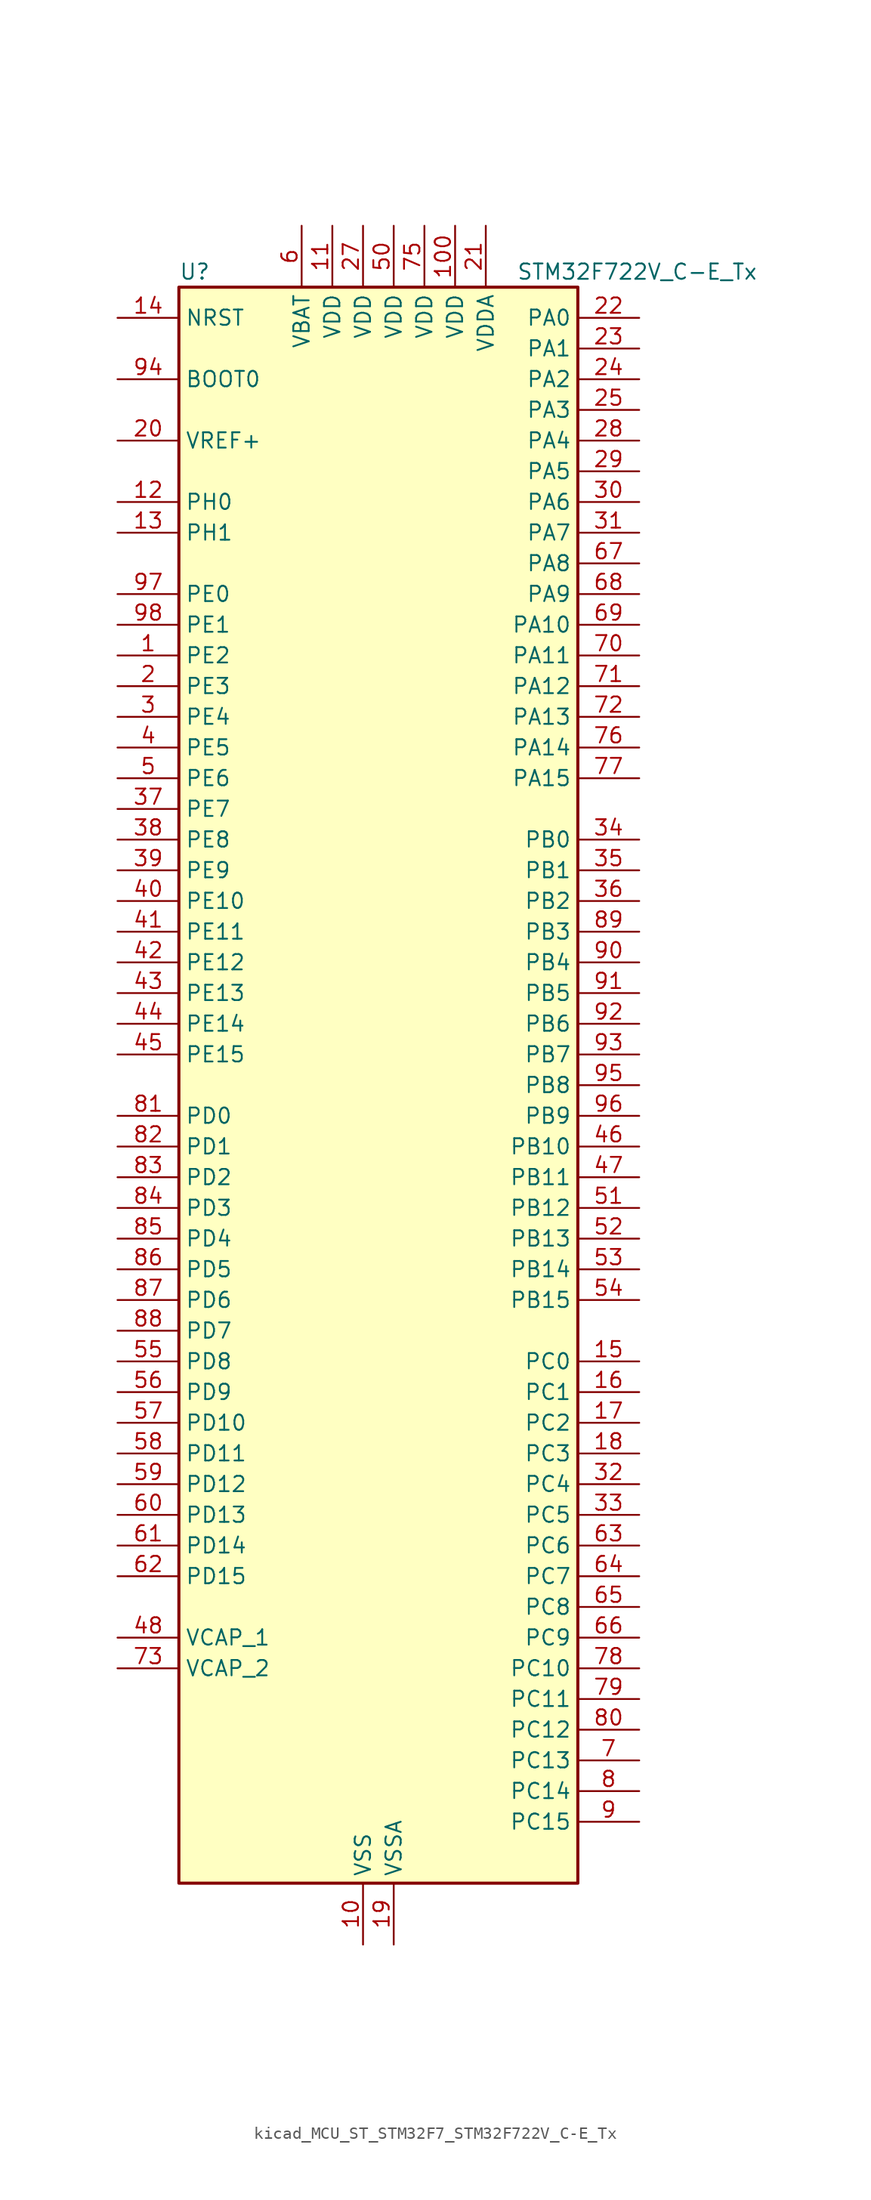
<source format=kicad_sym>
(kicad_symbol_lib
  (version 20220914)
  (generator kicad_symbol_editor)
  (symbol "kicad_MCU_ST_STM32F7_STM32F722V_C-E_Tx"
    (property "Reference" "U"
      (at -15.24 67.31 0)
      (effects (font (size 1.27 1.27)) (justify left)))
    (property "Value" "STM32F722V_C-E_Tx"
      (at 12.7 67.31 0)
      (effects (font (size 1.27 1.27)) (justify left)))
    (property "ki_locked" ""
      (at 0 0 0)
      (effects (font (size 1.27 1.27))))
    (symbol "kicad_MCU_ST_STM32F7_STM32F722V_C-E_Tx_0_1"
      (rectangle (start -15.24 -66.04) (end 17.78 66.04) (stroke (width 0.254) (type default)) (fill (type background))))
    (symbol "kicad_MCU_ST_STM32F7_STM32F722V_C-E_Tx_1_1"
      (pin bidirectional line (at -20.32 35.56 0) (length 5.08) (name "PE2" (effects (font (size 1.27 1.27)))) (number "1" (effects (font (size 1.27 1.27)))) (alternate "FMC_A23" bidirectional line) (alternate "QUADSPI_BK1_IO2" bidirectional line) (alternate "SAI1_MCLK_A" bidirectional line) (alternate "SPI4_SCK" bidirectional line) (alternate "SYS_TRACECLK" bidirectional line))
      (pin power_in line (at 0 -71.12 90) (length 5.08) (name "VSS" (effects (font (size 1.27 1.27)))) (number "10" (effects (font (size 1.27 1.27)))))
      (pin power_in line (at 7.62 71.12 270) (length 5.08) (name "VDD" (effects (font (size 1.27 1.27)))) (number "100" (effects (font (size 1.27 1.27)))))
      (pin power_in line (at -2.54 71.12 270) (length 5.08) (name "VDD" (effects (font (size 1.27 1.27)))) (number "11" (effects (font (size 1.27 1.27)))))
      (pin bidirectional line (at -20.32 48.26 0) (length 5.08) (name "PH0" (effects (font (size 1.27 1.27)))) (number "12" (effects (font (size 1.27 1.27)))) (alternate "RCC_OSC_IN" bidirectional line))
      (pin bidirectional line (at -20.32 45.72 0) (length 5.08) (name "PH1" (effects (font (size 1.27 1.27)))) (number "13" (effects (font (size 1.27 1.27)))) (alternate "RCC_OSC_OUT" bidirectional line))
      (pin input line (at -20.32 63.5 0) (length 5.08) (name "NRST" (effects (font (size 1.27 1.27)))) (number "14" (effects (font (size 1.27 1.27)))))
      (pin bidirectional line (at 22.86 -22.86 180) (length 5.08) (name "PC0" (effects (font (size 1.27 1.27)))) (number "15" (effects (font (size 1.27 1.27)))) (alternate "ADC1_IN10" bidirectional line) (alternate "ADC2_IN10" bidirectional line) (alternate "ADC3_IN10" bidirectional line) (alternate "FMC_SDNWE" bidirectional line) (alternate "SAI2_FS_B" bidirectional line) (alternate "USB_OTG_HS_ULPI_STP" bidirectional line))
      (pin bidirectional line (at 22.86 -25.4 180) (length 5.08) (name "PC1" (effects (font (size 1.27 1.27)))) (number "16" (effects (font (size 1.27 1.27)))) (alternate "ADC1_IN11" bidirectional line) (alternate "ADC2_IN11" bidirectional line) (alternate "ADC3_IN11" bidirectional line) (alternate "I2S2_SD" bidirectional line) (alternate "RTC_TAMP3" bidirectional line) (alternate "RTC_TS" bidirectional line) (alternate "SAI1_SD_A" bidirectional line) (alternate "SPI2_MOSI" bidirectional line) (alternate "SYS_TRACED0" bidirectional line) (alternate "SYS_WKUP3" bidirectional line))
      (pin bidirectional line (at 22.86 -27.94 180) (length 5.08) (name "PC2" (effects (font (size 1.27 1.27)))) (number "17" (effects (font (size 1.27 1.27)))) (alternate "ADC1_IN12" bidirectional line) (alternate "ADC2_IN12" bidirectional line) (alternate "ADC3_IN12" bidirectional line) (alternate "FMC_SDNE0" bidirectional line) (alternate "SPI2_MISO" bidirectional line) (alternate "USB_OTG_HS_ULPI_DIR" bidirectional line))
      (pin bidirectional line (at 22.86 -30.48 180) (length 5.08) (name "PC3" (effects (font (size 1.27 1.27)))) (number "18" (effects (font (size 1.27 1.27)))) (alternate "ADC1_IN13" bidirectional line) (alternate "ADC2_IN13" bidirectional line) (alternate "ADC3_IN13" bidirectional line) (alternate "FMC_SDCKE0" bidirectional line) (alternate "I2S2_SD" bidirectional line) (alternate "SPI2_MOSI" bidirectional line) (alternate "USB_OTG_HS_ULPI_NXT" bidirectional line))
      (pin power_in line (at 2.54 -71.12 90) (length 5.08) (name "VSSA" (effects (font (size 1.27 1.27)))) (number "19" (effects (font (size 1.27 1.27)))))
      (pin bidirectional line (at -20.32 33.02 0) (length 5.08) (name "PE3" (effects (font (size 1.27 1.27)))) (number "2" (effects (font (size 1.27 1.27)))) (alternate "FMC_A19" bidirectional line) (alternate "SAI1_SD_B" bidirectional line) (alternate "SYS_TRACED0" bidirectional line))
      (pin input line (at -20.32 53.34 0) (length 5.08) (name "VREF+" (effects (font (size 1.27 1.27)))) (number "20" (effects (font (size 1.27 1.27)))))
      (pin power_in line (at 10.16 71.12 270) (length 5.08) (name "VDDA" (effects (font (size 1.27 1.27)))) (number "21" (effects (font (size 1.27 1.27)))))
      (pin bidirectional line (at 22.86 63.5 180) (length 5.08) (name "PA0" (effects (font (size 1.27 1.27)))) (number "22" (effects (font (size 1.27 1.27)))) (alternate "ADC1_IN0" bidirectional line) (alternate "ADC2_IN0" bidirectional line) (alternate "ADC3_IN0" bidirectional line) (alternate "SAI2_SD_B" bidirectional line) (alternate "SYS_WKUP1" bidirectional line) (alternate "TIM2_CH1" bidirectional line) (alternate "TIM2_ETR" bidirectional line) (alternate "TIM5_CH1" bidirectional line) (alternate "TIM8_ETR" bidirectional line) (alternate "UART4_TX" bidirectional line) (alternate "USART2_CTS" bidirectional line))
      (pin bidirectional line (at 22.86 60.96 180) (length 5.08) (name "PA1" (effects (font (size 1.27 1.27)))) (number "23" (effects (font (size 1.27 1.27)))) (alternate "ADC1_IN1" bidirectional line) (alternate "ADC2_IN1" bidirectional line) (alternate "ADC3_IN1" bidirectional line) (alternate "QUADSPI_BK1_IO3" bidirectional line) (alternate "SAI2_MCLK_B" bidirectional line) (alternate "TIM2_CH2" bidirectional line) (alternate "TIM5_CH2" bidirectional line) (alternate "UART4_RX" bidirectional line) (alternate "USART2_DE" bidirectional line) (alternate "USART2_RTS" bidirectional line))
      (pin bidirectional line (at 22.86 58.42 180) (length 5.08) (name "PA2" (effects (font (size 1.27 1.27)))) (number "24" (effects (font (size 1.27 1.27)))) (alternate "ADC1_IN2" bidirectional line) (alternate "ADC2_IN2" bidirectional line) (alternate "ADC3_IN2" bidirectional line) (alternate "SAI2_SCK_B" bidirectional line) (alternate "SYS_WKUP2" bidirectional line) (alternate "TIM2_CH3" bidirectional line) (alternate "TIM5_CH3" bidirectional line) (alternate "TIM9_CH1" bidirectional line) (alternate "USART2_TX" bidirectional line))
      (pin bidirectional line (at 22.86 55.88 180) (length 5.08) (name "PA3" (effects (font (size 1.27 1.27)))) (number "25" (effects (font (size 1.27 1.27)))) (alternate "ADC1_IN3" bidirectional line) (alternate "ADC2_IN3" bidirectional line) (alternate "ADC3_IN3" bidirectional line) (alternate "TIM2_CH4" bidirectional line) (alternate "TIM5_CH4" bidirectional line) (alternate "TIM9_CH2" bidirectional line) (alternate "USART2_RX" bidirectional line) (alternate "USB_OTG_HS_ULPI_D0" bidirectional line))
      (pin passive line (at 0 -71.12 90) (length 5.08) hide (name "VSS" (effects (font (size 1.27 1.27)))) (number "26" (effects (font (size 1.27 1.27)))))
      (pin power_in line (at 0 71.12 270) (length 5.08) (name "VDD" (effects (font (size 1.27 1.27)))) (number "27" (effects (font (size 1.27 1.27)))))
      (pin bidirectional line (at 22.86 53.34 180) (length 5.08) (name "PA4" (effects (font (size 1.27 1.27)))) (number "28" (effects (font (size 1.27 1.27)))) (alternate "ADC1_IN4" bidirectional line) (alternate "ADC2_IN4" bidirectional line) (alternate "DAC_OUT1" bidirectional line) (alternate "I2S1_WS" bidirectional line) (alternate "I2S3_WS" bidirectional line) (alternate "SPI1_NSS" bidirectional line) (alternate "SPI3_NSS" bidirectional line) (alternate "USART2_CK" bidirectional line) (alternate "USB_OTG_HS_SOF" bidirectional line))
      (pin bidirectional line (at 22.86 50.8 180) (length 5.08) (name "PA5" (effects (font (size 1.27 1.27)))) (number "29" (effects (font (size 1.27 1.27)))) (alternate "ADC1_IN5" bidirectional line) (alternate "ADC2_IN5" bidirectional line) (alternate "DAC_OUT2" bidirectional line) (alternate "I2S1_CK" bidirectional line) (alternate "SPI1_SCK" bidirectional line) (alternate "TIM2_CH1" bidirectional line) (alternate "TIM2_ETR" bidirectional line) (alternate "TIM8_CH1N" bidirectional line) (alternate "USB_OTG_HS_ULPI_CK" bidirectional line))
      (pin bidirectional line (at -20.32 30.48 0) (length 5.08) (name "PE4" (effects (font (size 1.27 1.27)))) (number "3" (effects (font (size 1.27 1.27)))) (alternate "FMC_A20" bidirectional line) (alternate "SAI1_FS_A" bidirectional line) (alternate "SPI4_NSS" bidirectional line) (alternate "SYS_TRACED1" bidirectional line))
      (pin bidirectional line (at 22.86 48.26 180) (length 5.08) (name "PA6" (effects (font (size 1.27 1.27)))) (number "30" (effects (font (size 1.27 1.27)))) (alternate "ADC1_IN6" bidirectional line) (alternate "ADC2_IN6" bidirectional line) (alternate "SPI1_MISO" bidirectional line) (alternate "TIM13_CH1" bidirectional line) (alternate "TIM1_BKIN" bidirectional line) (alternate "TIM3_CH1" bidirectional line) (alternate "TIM8_BKIN" bidirectional line))
      (pin bidirectional line (at 22.86 45.72 180) (length 5.08) (name "PA7" (effects (font (size 1.27 1.27)))) (number "31" (effects (font (size 1.27 1.27)))) (alternate "ADC1_IN7" bidirectional line) (alternate "ADC2_IN7" bidirectional line) (alternate "FMC_SDNWE" bidirectional line) (alternate "I2S1_SD" bidirectional line) (alternate "SPI1_MOSI" bidirectional line) (alternate "TIM14_CH1" bidirectional line) (alternate "TIM1_CH1N" bidirectional line) (alternate "TIM3_CH2" bidirectional line) (alternate "TIM8_CH1N" bidirectional line))
      (pin bidirectional line (at 22.86 -33.02 180) (length 5.08) (name "PC4" (effects (font (size 1.27 1.27)))) (number "32" (effects (font (size 1.27 1.27)))) (alternate "ADC1_IN14" bidirectional line) (alternate "ADC2_IN14" bidirectional line) (alternate "FMC_SDNE0" bidirectional line) (alternate "I2S1_MCK" bidirectional line))
      (pin bidirectional line (at 22.86 -35.56 180) (length 5.08) (name "PC5" (effects (font (size 1.27 1.27)))) (number "33" (effects (font (size 1.27 1.27)))) (alternate "ADC1_IN15" bidirectional line) (alternate "ADC2_IN15" bidirectional line) (alternate "FMC_SDCKE0" bidirectional line))
      (pin bidirectional line (at 22.86 20.32 180) (length 5.08) (name "PB0" (effects (font (size 1.27 1.27)))) (number "34" (effects (font (size 1.27 1.27)))) (alternate "ADC1_IN8" bidirectional line) (alternate "ADC2_IN8" bidirectional line) (alternate "TIM1_CH2N" bidirectional line) (alternate "TIM3_CH3" bidirectional line) (alternate "TIM8_CH2N" bidirectional line) (alternate "UART4_CTS" bidirectional line) (alternate "USB_OTG_HS_ULPI_D1" bidirectional line))
      (pin bidirectional line (at 22.86 17.78 180) (length 5.08) (name "PB1" (effects (font (size 1.27 1.27)))) (number "35" (effects (font (size 1.27 1.27)))) (alternate "ADC1_IN9" bidirectional line) (alternate "ADC2_IN9" bidirectional line) (alternate "TIM1_CH3N" bidirectional line) (alternate "TIM3_CH4" bidirectional line) (alternate "TIM8_CH3N" bidirectional line) (alternate "USB_OTG_HS_ULPI_D2" bidirectional line))
      (pin bidirectional line (at 22.86 15.24 180) (length 5.08) (name "PB2" (effects (font (size 1.27 1.27)))) (number "36" (effects (font (size 1.27 1.27)))) (alternate "I2S3_SD" bidirectional line) (alternate "QUADSPI_CLK" bidirectional line) (alternate "SAI1_SD_A" bidirectional line) (alternate "SPI3_MOSI" bidirectional line))
      (pin bidirectional line (at -20.32 22.86 0) (length 5.08) (name "PE7" (effects (font (size 1.27 1.27)))) (number "37" (effects (font (size 1.27 1.27)))) (alternate "FMC_D4" bidirectional line) (alternate "FMC_DA4" bidirectional line) (alternate "QUADSPI_BK2_IO0" bidirectional line) (alternate "TIM1_ETR" bidirectional line) (alternate "UART7_RX" bidirectional line))
      (pin bidirectional line (at -20.32 20.32 0) (length 5.08) (name "PE8" (effects (font (size 1.27 1.27)))) (number "38" (effects (font (size 1.27 1.27)))) (alternate "FMC_D5" bidirectional line) (alternate "FMC_DA5" bidirectional line) (alternate "QUADSPI_BK2_IO1" bidirectional line) (alternate "TIM1_CH1N" bidirectional line) (alternate "UART7_TX" bidirectional line))
      (pin bidirectional line (at -20.32 17.78 0) (length 5.08) (name "PE9" (effects (font (size 1.27 1.27)))) (number "39" (effects (font (size 1.27 1.27)))) (alternate "DAC_EXTI9" bidirectional line) (alternate "FMC_D6" bidirectional line) (alternate "FMC_DA6" bidirectional line) (alternate "QUADSPI_BK2_IO2" bidirectional line) (alternate "TIM1_CH1" bidirectional line) (alternate "UART7_DE" bidirectional line) (alternate "UART7_RTS" bidirectional line))
      (pin bidirectional line (at -20.32 27.94 0) (length 5.08) (name "PE5" (effects (font (size 1.27 1.27)))) (number "4" (effects (font (size 1.27 1.27)))) (alternate "FMC_A21" bidirectional line) (alternate "SAI1_SCK_A" bidirectional line) (alternate "SPI4_MISO" bidirectional line) (alternate "SYS_TRACED2" bidirectional line) (alternate "TIM9_CH1" bidirectional line))
      (pin bidirectional line (at -20.32 15.24 0) (length 5.08) (name "PE10" (effects (font (size 1.27 1.27)))) (number "40" (effects (font (size 1.27 1.27)))) (alternate "FMC_D7" bidirectional line) (alternate "FMC_DA7" bidirectional line) (alternate "QUADSPI_BK2_IO3" bidirectional line) (alternate "TIM1_CH2N" bidirectional line) (alternate "UART7_CTS" bidirectional line))
      (pin bidirectional line (at -20.32 12.7 0) (length 5.08) (name "PE11" (effects (font (size 1.27 1.27)))) (number "41" (effects (font (size 1.27 1.27)))) (alternate "ADC1_EXTI11" bidirectional line) (alternate "ADC2_EXTI11" bidirectional line) (alternate "ADC3_EXTI11" bidirectional line) (alternate "FMC_D8" bidirectional line) (alternate "FMC_DA8" bidirectional line) (alternate "SAI2_SD_B" bidirectional line) (alternate "SPI4_NSS" bidirectional line) (alternate "TIM1_CH2" bidirectional line))
      (pin bidirectional line (at -20.32 10.16 0) (length 5.08) (name "PE12" (effects (font (size 1.27 1.27)))) (number "42" (effects (font (size 1.27 1.27)))) (alternate "FMC_D9" bidirectional line) (alternate "FMC_DA9" bidirectional line) (alternate "SAI2_SCK_B" bidirectional line) (alternate "SPI4_SCK" bidirectional line) (alternate "TIM1_CH3N" bidirectional line))
      (pin bidirectional line (at -20.32 7.62 0) (length 5.08) (name "PE13" (effects (font (size 1.27 1.27)))) (number "43" (effects (font (size 1.27 1.27)))) (alternate "FMC_D10" bidirectional line) (alternate "FMC_DA10" bidirectional line) (alternate "SAI2_FS_B" bidirectional line) (alternate "SPI4_MISO" bidirectional line) (alternate "TIM1_CH3" bidirectional line))
      (pin bidirectional line (at -20.32 5.08 0) (length 5.08) (name "PE14" (effects (font (size 1.27 1.27)))) (number "44" (effects (font (size 1.27 1.27)))) (alternate "FMC_D11" bidirectional line) (alternate "FMC_DA11" bidirectional line) (alternate "SAI2_MCLK_B" bidirectional line) (alternate "SPI4_MOSI" bidirectional line) (alternate "TIM1_CH4" bidirectional line))
      (pin bidirectional line (at -20.32 2.54 0) (length 5.08) (name "PE15" (effects (font (size 1.27 1.27)))) (number "45" (effects (font (size 1.27 1.27)))) (alternate "FMC_D12" bidirectional line) (alternate "FMC_DA12" bidirectional line) (alternate "TIM1_BKIN" bidirectional line))
      (pin bidirectional line (at 22.86 -5.08 180) (length 5.08) (name "PB10" (effects (font (size 1.27 1.27)))) (number "46" (effects (font (size 1.27 1.27)))) (alternate "I2C2_SCL" bidirectional line) (alternate "I2S2_CK" bidirectional line) (alternate "SPI2_SCK" bidirectional line) (alternate "TIM2_CH3" bidirectional line) (alternate "USART3_TX" bidirectional line) (alternate "USB_OTG_HS_ULPI_D3" bidirectional line))
      (pin bidirectional line (at 22.86 -7.62 180) (length 5.08) (name "PB11" (effects (font (size 1.27 1.27)))) (number "47" (effects (font (size 1.27 1.27)))) (alternate "ADC1_EXTI11" bidirectional line) (alternate "ADC2_EXTI11" bidirectional line) (alternate "ADC3_EXTI11" bidirectional line) (alternate "I2C2_SDA" bidirectional line) (alternate "TIM2_CH4" bidirectional line) (alternate "USART3_RX" bidirectional line) (alternate "USB_OTG_HS_ULPI_D4" bidirectional line))
      (pin power_out line (at -20.32 -45.72 0) (length 5.08) (name "VCAP_1" (effects (font (size 1.27 1.27)))) (number "48" (effects (font (size 1.27 1.27)))))
      (pin passive line (at 0 -71.12 90) (length 5.08) hide (name "VSS" (effects (font (size 1.27 1.27)))) (number "49" (effects (font (size 1.27 1.27)))))
      (pin bidirectional line (at -20.32 25.4 0) (length 5.08) (name "PE6" (effects (font (size 1.27 1.27)))) (number "5" (effects (font (size 1.27 1.27)))) (alternate "FMC_A22" bidirectional line) (alternate "SAI1_SD_A" bidirectional line) (alternate "SAI2_MCLK_B" bidirectional line) (alternate "SPI4_MOSI" bidirectional line) (alternate "SYS_TRACED3" bidirectional line) (alternate "TIM1_BKIN2" bidirectional line) (alternate "TIM9_CH2" bidirectional line))
      (pin power_in line (at 2.54 71.12 270) (length 5.08) (name "VDD" (effects (font (size 1.27 1.27)))) (number "50" (effects (font (size 1.27 1.27)))))
      (pin bidirectional line (at 22.86 -10.16 180) (length 5.08) (name "PB12" (effects (font (size 1.27 1.27)))) (number "51" (effects (font (size 1.27 1.27)))) (alternate "I2C2_SMBA" bidirectional line) (alternate "I2S2_WS" bidirectional line) (alternate "SPI2_NSS" bidirectional line) (alternate "TIM1_BKIN" bidirectional line) (alternate "USART3_CK" bidirectional line) (alternate "USB_OTG_HS_ID" bidirectional line) (alternate "USB_OTG_HS_ULPI_D5" bidirectional line))
      (pin bidirectional line (at 22.86 -12.7 180) (length 5.08) (name "PB13" (effects (font (size 1.27 1.27)))) (number "52" (effects (font (size 1.27 1.27)))) (alternate "I2S2_CK" bidirectional line) (alternate "SPI2_SCK" bidirectional line) (alternate "TIM1_CH1N" bidirectional line) (alternate "USART3_CTS" bidirectional line) (alternate "USB_OTG_HS_ULPI_D6" bidirectional line) (alternate "USB_OTG_HS_VBUS" bidirectional line))
      (pin bidirectional line (at 22.86 -15.24 180) (length 5.08) (name "PB14" (effects (font (size 1.27 1.27)))) (number "53" (effects (font (size 1.27 1.27)))) (alternate "SDMMC2_D0" bidirectional line) (alternate "SPI2_MISO" bidirectional line) (alternate "TIM12_CH1" bidirectional line) (alternate "TIM1_CH2N" bidirectional line) (alternate "TIM8_CH2N" bidirectional line) (alternate "USART3_DE" bidirectional line) (alternate "USART3_RTS" bidirectional line) (alternate "USB_OTG_HS_DM" bidirectional line))
      (pin bidirectional line (at 22.86 -17.78 180) (length 5.08) (name "PB15" (effects (font (size 1.27 1.27)))) (number "54" (effects (font (size 1.27 1.27)))) (alternate "I2S2_SD" bidirectional line) (alternate "RTC_REFIN" bidirectional line) (alternate "SDMMC2_D1" bidirectional line) (alternate "SPI2_MOSI" bidirectional line) (alternate "TIM12_CH2" bidirectional line) (alternate "TIM1_CH3N" bidirectional line) (alternate "TIM8_CH3N" bidirectional line) (alternate "USB_OTG_HS_DP" bidirectional line))
      (pin bidirectional line (at -20.32 -22.86 0) (length 5.08) (name "PD8" (effects (font (size 1.27 1.27)))) (number "55" (effects (font (size 1.27 1.27)))) (alternate "FMC_D13" bidirectional line) (alternate "FMC_DA13" bidirectional line) (alternate "USART3_TX" bidirectional line))
      (pin bidirectional line (at -20.32 -25.4 0) (length 5.08) (name "PD9" (effects (font (size 1.27 1.27)))) (number "56" (effects (font (size 1.27 1.27)))) (alternate "DAC_EXTI9" bidirectional line) (alternate "FMC_D14" bidirectional line) (alternate "FMC_DA14" bidirectional line) (alternate "USART3_RX" bidirectional line))
      (pin bidirectional line (at -20.32 -27.94 0) (length 5.08) (name "PD10" (effects (font (size 1.27 1.27)))) (number "57" (effects (font (size 1.27 1.27)))) (alternate "FMC_D15" bidirectional line) (alternate "FMC_DA15" bidirectional line) (alternate "USART3_CK" bidirectional line))
      (pin bidirectional line (at -20.32 -30.48 0) (length 5.08) (name "PD11" (effects (font (size 1.27 1.27)))) (number "58" (effects (font (size 1.27 1.27)))) (alternate "ADC1_EXTI11" bidirectional line) (alternate "ADC2_EXTI11" bidirectional line) (alternate "ADC3_EXTI11" bidirectional line) (alternate "FMC_A16" bidirectional line) (alternate "FMC_CLE" bidirectional line) (alternate "QUADSPI_BK1_IO0" bidirectional line) (alternate "SAI2_SD_A" bidirectional line) (alternate "USART3_CTS" bidirectional line))
      (pin bidirectional line (at -20.32 -33.02 0) (length 5.08) (name "PD12" (effects (font (size 1.27 1.27)))) (number "59" (effects (font (size 1.27 1.27)))) (alternate "FMC_A17" bidirectional line) (alternate "FMC_ALE" bidirectional line) (alternate "LPTIM1_IN1" bidirectional line) (alternate "QUADSPI_BK1_IO1" bidirectional line) (alternate "SAI2_FS_A" bidirectional line) (alternate "TIM4_CH1" bidirectional line) (alternate "USART3_DE" bidirectional line) (alternate "USART3_RTS" bidirectional line))
      (pin power_in line (at -5.08 71.12 270) (length 5.08) (name "VBAT" (effects (font (size 1.27 1.27)))) (number "6" (effects (font (size 1.27 1.27)))))
      (pin bidirectional line (at -20.32 -35.56 0) (length 5.08) (name "PD13" (effects (font (size 1.27 1.27)))) (number "60" (effects (font (size 1.27 1.27)))) (alternate "FMC_A18" bidirectional line) (alternate "LPTIM1_OUT" bidirectional line) (alternate "QUADSPI_BK1_IO3" bidirectional line) (alternate "SAI2_SCK_A" bidirectional line) (alternate "TIM4_CH2" bidirectional line))
      (pin bidirectional line (at -20.32 -38.1 0) (length 5.08) (name "PD14" (effects (font (size 1.27 1.27)))) (number "61" (effects (font (size 1.27 1.27)))) (alternate "FMC_D0" bidirectional line) (alternate "FMC_DA0" bidirectional line) (alternate "TIM4_CH3" bidirectional line) (alternate "UART8_CTS" bidirectional line))
      (pin bidirectional line (at -20.32 -40.64 0) (length 5.08) (name "PD15" (effects (font (size 1.27 1.27)))) (number "62" (effects (font (size 1.27 1.27)))) (alternate "FMC_D1" bidirectional line) (alternate "FMC_DA1" bidirectional line) (alternate "TIM4_CH4" bidirectional line) (alternate "UART8_DE" bidirectional line) (alternate "UART8_RTS" bidirectional line))
      (pin bidirectional line (at 22.86 -38.1 180) (length 5.08) (name "PC6" (effects (font (size 1.27 1.27)))) (number "63" (effects (font (size 1.27 1.27)))) (alternate "I2S2_MCK" bidirectional line) (alternate "SDMMC1_D6" bidirectional line) (alternate "SDMMC2_D6" bidirectional line) (alternate "TIM3_CH1" bidirectional line) (alternate "TIM8_CH1" bidirectional line) (alternate "USART6_TX" bidirectional line))
      (pin bidirectional line (at 22.86 -40.64 180) (length 5.08) (name "PC7" (effects (font (size 1.27 1.27)))) (number "64" (effects (font (size 1.27 1.27)))) (alternate "I2S3_MCK" bidirectional line) (alternate "SDMMC1_D7" bidirectional line) (alternate "SDMMC2_D7" bidirectional line) (alternate "TIM3_CH2" bidirectional line) (alternate "TIM8_CH2" bidirectional line) (alternate "USART6_RX" bidirectional line))
      (pin bidirectional line (at 22.86 -43.18 180) (length 5.08) (name "PC8" (effects (font (size 1.27 1.27)))) (number "65" (effects (font (size 1.27 1.27)))) (alternate "SDMMC1_D0" bidirectional line) (alternate "SYS_TRACED1" bidirectional line) (alternate "TIM3_CH3" bidirectional line) (alternate "TIM8_CH3" bidirectional line) (alternate "UART5_DE" bidirectional line) (alternate "UART5_RTS" bidirectional line) (alternate "USART6_CK" bidirectional line))
      (pin bidirectional line (at 22.86 -45.72 180) (length 5.08) (name "PC9" (effects (font (size 1.27 1.27)))) (number "66" (effects (font (size 1.27 1.27)))) (alternate "DAC_EXTI9" bidirectional line) (alternate "I2C3_SDA" bidirectional line) (alternate "I2S_CKIN" bidirectional line) (alternate "QUADSPI_BK1_IO0" bidirectional line) (alternate "RCC_MCO_2" bidirectional line) (alternate "SDMMC1_D1" bidirectional line) (alternate "TIM3_CH4" bidirectional line) (alternate "TIM8_CH4" bidirectional line) (alternate "UART5_CTS" bidirectional line))
      (pin bidirectional line (at 22.86 43.18 180) (length 5.08) (name "PA8" (effects (font (size 1.27 1.27)))) (number "67" (effects (font (size 1.27 1.27)))) (alternate "I2C3_SCL" bidirectional line) (alternate "RCC_MCO_1" bidirectional line) (alternate "TIM1_CH1" bidirectional line) (alternate "TIM8_BKIN2" bidirectional line) (alternate "USART1_CK" bidirectional line) (alternate "USB_OTG_FS_SOF" bidirectional line))
      (pin bidirectional line (at 22.86 40.64 180) (length 5.08) (name "PA9" (effects (font (size 1.27 1.27)))) (number "68" (effects (font (size 1.27 1.27)))) (alternate "DAC_EXTI9" bidirectional line) (alternate "I2C3_SMBA" bidirectional line) (alternate "I2S2_CK" bidirectional line) (alternate "SPI2_SCK" bidirectional line) (alternate "TIM1_CH2" bidirectional line) (alternate "USART1_TX" bidirectional line) (alternate "USB_OTG_FS_VBUS" bidirectional line))
      (pin bidirectional line (at 22.86 38.1 180) (length 5.08) (name "PA10" (effects (font (size 1.27 1.27)))) (number "69" (effects (font (size 1.27 1.27)))) (alternate "TIM1_CH3" bidirectional line) (alternate "USART1_RX" bidirectional line) (alternate "USB_OTG_FS_ID" bidirectional line))
      (pin bidirectional line (at 22.86 -55.88 180) (length 5.08) (name "PC13" (effects (font (size 1.27 1.27)))) (number "7" (effects (font (size 1.27 1.27)))) (alternate "RTC_OUT" bidirectional line) (alternate "RTC_TAMP1" bidirectional line) (alternate "RTC_TS" bidirectional line) (alternate "SYS_WKUP4" bidirectional line))
      (pin bidirectional line (at 22.86 35.56 180) (length 5.08) (name "PA11" (effects (font (size 1.27 1.27)))) (number "70" (effects (font (size 1.27 1.27)))) (alternate "ADC1_EXTI11" bidirectional line) (alternate "ADC2_EXTI11" bidirectional line) (alternate "ADC3_EXTI11" bidirectional line) (alternate "CAN1_RX" bidirectional line) (alternate "TIM1_CH4" bidirectional line) (alternate "USART1_CTS" bidirectional line) (alternate "USB_OTG_FS_DM" bidirectional line))
      (pin bidirectional line (at 22.86 33.02 180) (length 5.08) (name "PA12" (effects (font (size 1.27 1.27)))) (number "71" (effects (font (size 1.27 1.27)))) (alternate "CAN1_TX" bidirectional line) (alternate "SAI2_FS_B" bidirectional line) (alternate "TIM1_ETR" bidirectional line) (alternate "USART1_DE" bidirectional line) (alternate "USART1_RTS" bidirectional line) (alternate "USB_OTG_FS_DP" bidirectional line))
      (pin bidirectional line (at 22.86 30.48 180) (length 5.08) (name "PA13" (effects (font (size 1.27 1.27)))) (number "72" (effects (font (size 1.27 1.27)))) (alternate "SYS_JTMS-SWDIO" bidirectional line))
      (pin power_out line (at -20.32 -48.26 0) (length 5.08) (name "VCAP_2" (effects (font (size 1.27 1.27)))) (number "73" (effects (font (size 1.27 1.27)))))
      (pin passive line (at 0 -71.12 90) (length 5.08) hide (name "VSS" (effects (font (size 1.27 1.27)))) (number "74" (effects (font (size 1.27 1.27)))))
      (pin power_in line (at 5.08 71.12 270) (length 5.08) (name "VDD" (effects (font (size 1.27 1.27)))) (number "75" (effects (font (size 1.27 1.27)))))
      (pin bidirectional line (at 22.86 27.94 180) (length 5.08) (name "PA14" (effects (font (size 1.27 1.27)))) (number "76" (effects (font (size 1.27 1.27)))) (alternate "SYS_JTCK-SWCLK" bidirectional line))
      (pin bidirectional line (at 22.86 25.4 180) (length 5.08) (name "PA15" (effects (font (size 1.27 1.27)))) (number "77" (effects (font (size 1.27 1.27)))) (alternate "I2S1_WS" bidirectional line) (alternate "I2S3_WS" bidirectional line) (alternate "SPI1_NSS" bidirectional line) (alternate "SPI3_NSS" bidirectional line) (alternate "SYS_JTDI" bidirectional line) (alternate "TIM2_CH1" bidirectional line) (alternate "TIM2_ETR" bidirectional line) (alternate "UART4_DE" bidirectional line) (alternate "UART4_RTS" bidirectional line))
      (pin bidirectional line (at 22.86 -48.26 180) (length 5.08) (name "PC10" (effects (font (size 1.27 1.27)))) (number "78" (effects (font (size 1.27 1.27)))) (alternate "I2S3_CK" bidirectional line) (alternate "QUADSPI_BK1_IO1" bidirectional line) (alternate "SDMMC1_D2" bidirectional line) (alternate "SPI3_SCK" bidirectional line) (alternate "UART4_TX" bidirectional line) (alternate "USART3_TX" bidirectional line))
      (pin bidirectional line (at 22.86 -50.8 180) (length 5.08) (name "PC11" (effects (font (size 1.27 1.27)))) (number "79" (effects (font (size 1.27 1.27)))) (alternate "ADC1_EXTI11" bidirectional line) (alternate "ADC2_EXTI11" bidirectional line) (alternate "ADC3_EXTI11" bidirectional line) (alternate "QUADSPI_BK2_NCS" bidirectional line) (alternate "SDMMC1_D3" bidirectional line) (alternate "SPI3_MISO" bidirectional line) (alternate "UART4_RX" bidirectional line) (alternate "USART3_RX" bidirectional line))
      (pin bidirectional line (at 22.86 -58.42 180) (length 5.08) (name "PC14" (effects (font (size 1.27 1.27)))) (number "8" (effects (font (size 1.27 1.27)))) (alternate "RCC_OSC32_IN" bidirectional line))
      (pin bidirectional line (at 22.86 -53.34 180) (length 5.08) (name "PC12" (effects (font (size 1.27 1.27)))) (number "80" (effects (font (size 1.27 1.27)))) (alternate "I2S3_SD" bidirectional line) (alternate "SDMMC1_CK" bidirectional line) (alternate "SPI3_MOSI" bidirectional line) (alternate "SYS_TRACED3" bidirectional line) (alternate "UART5_TX" bidirectional line) (alternate "USART3_CK" bidirectional line))
      (pin bidirectional line (at -20.32 -2.54 0) (length 5.08) (name "PD0" (effects (font (size 1.27 1.27)))) (number "81" (effects (font (size 1.27 1.27)))) (alternate "CAN1_RX" bidirectional line) (alternate "FMC_D2" bidirectional line) (alternate "FMC_DA2" bidirectional line))
      (pin bidirectional line (at -20.32 -5.08 0) (length 5.08) (name "PD1" (effects (font (size 1.27 1.27)))) (number "82" (effects (font (size 1.27 1.27)))) (alternate "CAN1_TX" bidirectional line) (alternate "FMC_D3" bidirectional line) (alternate "FMC_DA3" bidirectional line))
      (pin bidirectional line (at -20.32 -7.62 0) (length 5.08) (name "PD2" (effects (font (size 1.27 1.27)))) (number "83" (effects (font (size 1.27 1.27)))) (alternate "SDMMC1_CMD" bidirectional line) (alternate "SYS_TRACED2" bidirectional line) (alternate "TIM3_ETR" bidirectional line) (alternate "UART5_RX" bidirectional line))
      (pin bidirectional line (at -20.32 -10.16 0) (length 5.08) (name "PD3" (effects (font (size 1.27 1.27)))) (number "84" (effects (font (size 1.27 1.27)))) (alternate "FMC_CLK" bidirectional line) (alternate "I2S2_CK" bidirectional line) (alternate "SPI2_SCK" bidirectional line) (alternate "USART2_CTS" bidirectional line))
      (pin bidirectional line (at -20.32 -12.7 0) (length 5.08) (name "PD4" (effects (font (size 1.27 1.27)))) (number "85" (effects (font (size 1.27 1.27)))) (alternate "FMC_NOE" bidirectional line) (alternate "USART2_DE" bidirectional line) (alternate "USART2_RTS" bidirectional line))
      (pin bidirectional line (at -20.32 -15.24 0) (length 5.08) (name "PD5" (effects (font (size 1.27 1.27)))) (number "86" (effects (font (size 1.27 1.27)))) (alternate "FMC_NWE" bidirectional line) (alternate "USART2_TX" bidirectional line))
      (pin bidirectional line (at -20.32 -17.78 0) (length 5.08) (name "PD6" (effects (font (size 1.27 1.27)))) (number "87" (effects (font (size 1.27 1.27)))) (alternate "FMC_NWAIT" bidirectional line) (alternate "I2S3_SD" bidirectional line) (alternate "SAI1_SD_A" bidirectional line) (alternate "SDMMC2_CK" bidirectional line) (alternate "SPI3_MOSI" bidirectional line) (alternate "USART2_RX" bidirectional line))
      (pin bidirectional line (at -20.32 -20.32 0) (length 5.08) (name "PD7" (effects (font (size 1.27 1.27)))) (number "88" (effects (font (size 1.27 1.27)))) (alternate "FMC_NE1" bidirectional line) (alternate "SDMMC2_CMD" bidirectional line) (alternate "USART2_CK" bidirectional line))
      (pin bidirectional line (at 22.86 12.7 180) (length 5.08) (name "PB3" (effects (font (size 1.27 1.27)))) (number "89" (effects (font (size 1.27 1.27)))) (alternate "I2S1_CK" bidirectional line) (alternate "I2S3_CK" bidirectional line) (alternate "SDMMC2_D2" bidirectional line) (alternate "SPI1_SCK" bidirectional line) (alternate "SPI3_SCK" bidirectional line) (alternate "SYS_JTDO-SWO" bidirectional line) (alternate "TIM2_CH2" bidirectional line))
      (pin bidirectional line (at 22.86 -60.96 180) (length 5.08) (name "PC15" (effects (font (size 1.27 1.27)))) (number "9" (effects (font (size 1.27 1.27)))) (alternate "RCC_OSC32_OUT" bidirectional line))
      (pin bidirectional line (at 22.86 10.16 180) (length 5.08) (name "PB4" (effects (font (size 1.27 1.27)))) (number "90" (effects (font (size 1.27 1.27)))) (alternate "I2S2_WS" bidirectional line) (alternate "SDMMC2_D3" bidirectional line) (alternate "SPI1_MISO" bidirectional line) (alternate "SPI2_NSS" bidirectional line) (alternate "SPI3_MISO" bidirectional line) (alternate "SYS_JTRST" bidirectional line) (alternate "TIM3_CH1" bidirectional line))
      (pin bidirectional line (at 22.86 7.62 180) (length 5.08) (name "PB5" (effects (font (size 1.27 1.27)))) (number "91" (effects (font (size 1.27 1.27)))) (alternate "FMC_SDCKE1" bidirectional line) (alternate "I2C1_SMBA" bidirectional line) (alternate "I2S1_SD" bidirectional line) (alternate "I2S3_SD" bidirectional line) (alternate "SPI1_MOSI" bidirectional line) (alternate "SPI3_MOSI" bidirectional line) (alternate "TIM3_CH2" bidirectional line) (alternate "USB_OTG_HS_ULPI_D7" bidirectional line))
      (pin bidirectional line (at 22.86 5.08 180) (length 5.08) (name "PB6" (effects (font (size 1.27 1.27)))) (number "92" (effects (font (size 1.27 1.27)))) (alternate "FMC_SDNE1" bidirectional line) (alternate "I2C1_SCL" bidirectional line) (alternate "QUADSPI_BK1_NCS" bidirectional line) (alternate "TIM4_CH1" bidirectional line) (alternate "USART1_TX" bidirectional line))
      (pin bidirectional line (at 22.86 2.54 180) (length 5.08) (name "PB7" (effects (font (size 1.27 1.27)))) (number "93" (effects (font (size 1.27 1.27)))) (alternate "FMC_NL" bidirectional line) (alternate "I2C1_SDA" bidirectional line) (alternate "TIM4_CH2" bidirectional line) (alternate "USART1_RX" bidirectional line))
      (pin input line (at -20.32 58.42 0) (length 5.08) (name "BOOT0" (effects (font (size 1.27 1.27)))) (number "94" (effects (font (size 1.27 1.27)))))
      (pin bidirectional line (at 22.86 0 180) (length 5.08) (name "PB8" (effects (font (size 1.27 1.27)))) (number "95" (effects (font (size 1.27 1.27)))) (alternate "CAN1_RX" bidirectional line) (alternate "I2C1_SCL" bidirectional line) (alternate "SDMMC1_D4" bidirectional line) (alternate "SDMMC2_D4" bidirectional line) (alternate "TIM10_CH1" bidirectional line) (alternate "TIM4_CH3" bidirectional line))
      (pin bidirectional line (at 22.86 -2.54 180) (length 5.08) (name "PB9" (effects (font (size 1.27 1.27)))) (number "96" (effects (font (size 1.27 1.27)))) (alternate "CAN1_TX" bidirectional line) (alternate "DAC_EXTI9" bidirectional line) (alternate "I2C1_SDA" bidirectional line) (alternate "I2S2_WS" bidirectional line) (alternate "SDMMC1_D5" bidirectional line) (alternate "SDMMC2_D5" bidirectional line) (alternate "SPI2_NSS" bidirectional line) (alternate "TIM11_CH1" bidirectional line) (alternate "TIM4_CH4" bidirectional line))
      (pin bidirectional line (at -20.32 40.64 0) (length 5.08) (name "PE0" (effects (font (size 1.27 1.27)))) (number "97" (effects (font (size 1.27 1.27)))) (alternate "FMC_NBL0" bidirectional line) (alternate "LPTIM1_ETR" bidirectional line) (alternate "SAI2_MCLK_A" bidirectional line) (alternate "TIM4_ETR" bidirectional line) (alternate "UART8_RX" bidirectional line))
      (pin bidirectional line (at -20.32 38.1 0) (length 5.08) (name "PE1" (effects (font (size 1.27 1.27)))) (number "98" (effects (font (size 1.27 1.27)))) (alternate "FMC_NBL1" bidirectional line) (alternate "LPTIM1_IN2" bidirectional line) (alternate "UART8_TX" bidirectional line))
      (pin passive line (at 0 -71.12 90) (length 5.08) hide (name "VSS" (effects (font (size 1.27 1.27)))) (number "99" (effects (font (size 1.27 1.27))))))))
</source>
